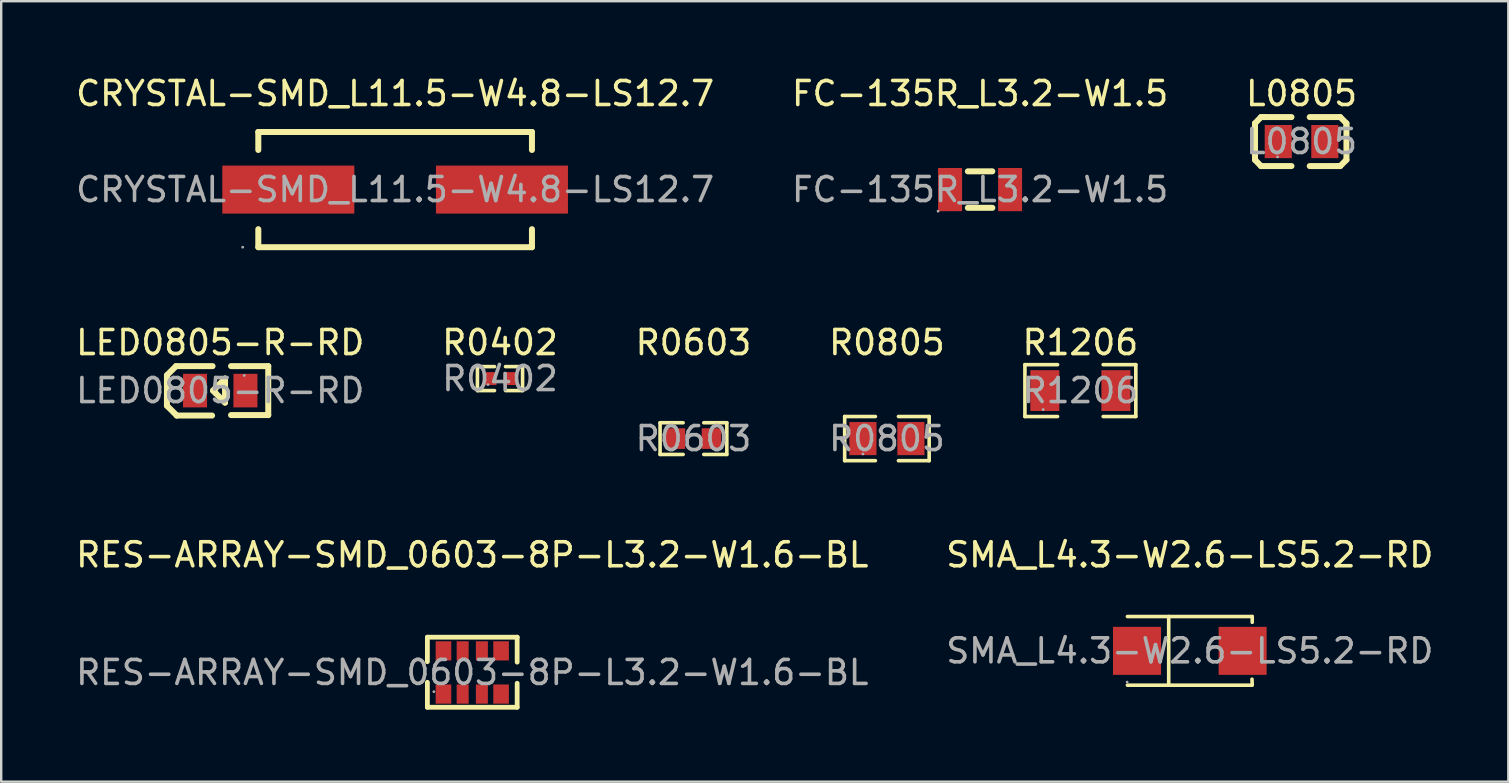
<source format=kicad_pcb>
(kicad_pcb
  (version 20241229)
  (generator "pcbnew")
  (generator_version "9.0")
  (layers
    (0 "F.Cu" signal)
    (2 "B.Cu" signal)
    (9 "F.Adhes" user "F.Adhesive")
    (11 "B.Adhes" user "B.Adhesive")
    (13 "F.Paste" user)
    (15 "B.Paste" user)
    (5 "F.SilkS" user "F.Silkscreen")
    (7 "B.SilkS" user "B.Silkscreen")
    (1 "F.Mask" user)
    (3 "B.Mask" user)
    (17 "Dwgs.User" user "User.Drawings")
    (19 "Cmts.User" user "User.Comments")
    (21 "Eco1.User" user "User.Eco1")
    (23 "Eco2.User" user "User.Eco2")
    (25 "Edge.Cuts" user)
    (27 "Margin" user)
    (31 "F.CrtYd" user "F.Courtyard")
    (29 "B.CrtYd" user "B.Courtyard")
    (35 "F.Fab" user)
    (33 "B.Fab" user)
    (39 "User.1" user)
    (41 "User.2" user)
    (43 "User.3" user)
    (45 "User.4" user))
  (footprint "L0805"
    (layer "F.Cu")
    (at 51.173 2.848)
    (property "Reference" "L0805" (at 0 -2 0) (layer "F.SilkS") (effects (font (size 1 1) (thickness 0.15))))
    (attr smd)
    (fp_line (start -1.94 -0.76) (end -1.94 0.64) (stroke (width 0.25) (type solid)) (layer "F.SilkS"))
    (fp_line (start -1.94 0.64) (end -1.94 0.76) (stroke (width 0.25) (type solid)) (layer "F.SilkS"))
    (fp_line (start -1.94 0.76) (end -1.69 1.02) (stroke (width 0.25) (type solid)) (layer "F.SilkS"))
    (fp_line (start -1.69 -1.02) (end -1.94 -0.76) (stroke (width 0.25) (type solid)) (layer "F.SilkS"))
    (fp_line (start -1.69 1.02) (end -0.42 1.02) (stroke (width 0.25) (type solid)) (layer "F.SilkS"))
    (fp_line (start -1.56 -1.02) (end -1.69 -1.02) (stroke (width 0.25) (type solid)) (layer "F.SilkS"))
    (fp_line (start -0.42 -1.02) (end -1.56 -1.02) (stroke (width 0.25) (type solid)) (layer "F.SilkS"))
    (fp_line (start 0.34 1.02) (end 1.48 1.02) (stroke (width 0.25) (type solid)) (layer "F.SilkS"))
    (fp_line (start 1.48 1.02) (end 1.61 1.02) (stroke (width 0.25) (type solid)) (layer "F.SilkS"))
    (fp_line (start 1.61 -1.02) (end 0.34 -1.02) (stroke (width 0.25) (type solid)) (layer "F.SilkS"))
    (fp_line (start 1.61 1.02) (end 1.87 0.76) (stroke (width 0.25) (type solid)) (layer "F.SilkS"))
    (fp_line (start 1.87 -0.76) (end 1.61 -1.02) (stroke (width 0.25) (type solid)) (layer "F.SilkS"))
    (fp_line (start 1.87 -0.63) (end 1.87 -0.76) (stroke (width 0.25) (type solid)) (layer "F.SilkS"))
    (fp_line (start 1.87 0.76) (end 1.87 -0.63) (stroke (width 0.25) (type solid)) (layer "F.SilkS"))
    (fp_circle (center -1 0.64) (end -0.97 0.64) (stroke (width 0.06) (type solid)) (fill no) (layer "F.Fab"))
    (fp_text user "${REFERENCE}" (at 0 0 0) (layer "F.Fab") (effects (font (size 1 1) (thickness 0.15))))
    (pad "1" smd rect (at -0.97 0) (size 1.13 1.38) (layers "F.Cu" "F.Mask" "F.Paste"))
    (pad "2" smd rect (at 0.97 0) (size 1.13 1.38) (layers "F.Cu" "F.Mask" "F.Paste")))
  (footprint "R0805"
    (layer "F.Cu")
    (at 33.899 15.222)
    (property "Reference" "R0805" (at 0 -4 0) (layer "F.SilkS") (effects (font (size 1 1) (thickness 0.15))))
    (attr smd)
    (fp_line (start -1.76 -0.92) (end -0.48 -0.92) (stroke (width 0.15) (type solid)) (layer "F.SilkS"))
    (fp_line (start -1.76 0.92) (end -1.76 -0.92) (stroke (width 0.15) (type solid)) (layer "F.SilkS"))
    (fp_line (start -0.48 0.92) (end -1.76 0.92) (stroke (width 0.15) (type solid)) (layer "F.SilkS"))
    (fp_line (start 0.48 0.92) (end 1.76 0.92) (stroke (width 0.15) (type solid)) (layer "F.SilkS"))
    (fp_line (start 1.76 -0.92) (end 0.48 -0.92) (stroke (width 0.15) (type solid)) (layer "F.SilkS"))
    (fp_line (start 1.76 0.92) (end 1.76 -0.92) (stroke (width 0.15) (type solid)) (layer "F.SilkS"))
    (fp_circle (center -1 0.64) (end -0.97 0.64) (stroke (width 0.06) (type solid)) (fill no) (layer "F.Fab"))
    (fp_text user "${REFERENCE}" (at 0 0 0) (layer "F.Fab") (effects (font (size 1 1) (thickness 0.15))))
    (pad "1" smd rect (at -1 0) (size 1.13 1.38) (layers "F.Cu" "F.Mask" "F.Paste"))
    (pad "2" smd rect (at 1 0) (size 1.13 1.38) (layers "F.Cu" "F.Mask" "F.Paste")))
  (footprint "SMA_L4.3-W2.6-LS5.2-RD"
    (layer "F.Cu")
    (at 46.518 24.065)
    (property "Reference" "SMA_L4.3-W2.6-LS5.2-RD" (at 0 -4 0) (layer "F.SilkS") (effects (font (size 1 1) (thickness 0.15))))
    (attr smd)
    (fp_line (start -2.6 -1.43) (end 2.6 -1.43) (stroke (width 0.15) (type solid)) (layer "F.SilkS"))
    (fp_line (start -2.6 1.43) (end 2.6 1.43) (stroke (width 0.15) (type solid)) (layer "F.SilkS"))
    (fp_line (start -0.88 -1.43) (end -0.88 1.43) (stroke (width 0.15) (type solid)) (layer "F.SilkS"))
    (fp_line (start 2.59 1.18) (end 2.6 1.41) (stroke (width 0.15) (type solid)) (layer "F.SilkS"))
    (fp_line (start 2.6 -1.43) (end 2.6 -1.19) (stroke (width 0.15) (type solid)) (layer "F.SilkS"))
    (fp_circle (center -2.61 1.3) (end -2.58 1.3) (stroke (width 0.06) (type solid)) (fill no) (layer "F.Fab"))
    (fp_text user "${REFERENCE}" (at 0 0 0) (layer "F.Fab") (effects (font (size 1 1) (thickness 0.15))))
    (pad "1" smd rect (at -2.2 0 180) (size 2 2) (layers "F.Cu" "F.Mask" "F.Paste"))
    (pad "2" smd rect (at 2.2 0 180) (size 2 2) (layers "F.Cu" "F.Mask" "F.Paste")))
  (footprint "R0402"
    (layer "F.Cu")
    (at 17.78 12.722)
    (property "Reference" "R0402" (at 0 -1.5 0) (layer "F.SilkS") (effects (font (size 1 1) (thickness 0.15))))
    (attr smd)
    (fp_line (start -0.94 -0.5) (end -0.23 -0.5) (stroke (width 0.15) (type solid)) (layer "F.SilkS"))
    (fp_line (start -0.94 0.5) (end -0.94 -0.5) (stroke (width 0.15) (type solid)) (layer "F.SilkS"))
    (fp_line (start -0.23 0.5) (end -0.94 0.5) (stroke (width 0.15) (type solid)) (layer "F.SilkS"))
    (fp_line (start 0.23 0.5) (end 0.94 0.5) (stroke (width 0.15) (type solid)) (layer "F.SilkS"))
    (fp_line (start 0.94 -0.5) (end 0.23 -0.5) (stroke (width 0.15) (type solid)) (layer "F.SilkS"))
    (fp_line (start 0.94 0.5) (end 0.94 -0.5) (stroke (width 0.15) (type solid)) (layer "F.SilkS"))
    (fp_circle (center -0.5 0.25) (end -0.47 0.25) (stroke (width 0.06) (type solid)) (fill no) (layer "F.Fab"))
    (fp_text user "${REFERENCE}" (at 0 0 0) (layer "F.Fab") (effects (font (size 1 1) (thickness 0.15))))
    (pad "1" smd rect (at -0.43 0) (size 0.57 0.54) (layers "F.Cu" "F.Mask" "F.Paste"))
    (pad "2" smd rect (at 0.43 0) (size 0.57 0.54) (layers "F.Cu" "F.Mask" "F.Paste")))
  (footprint "RES-ARRAY-SMD_0603-8P-L3.2-W1.6-BL"
    (layer "F.Cu")
    (at 16.625 24.965)
    (property "Reference" "RES-ARRAY-SMD_0603-8P-L3.2-W1.6-BL" (at 0 -4.9 0) (layer "F.SilkS") (effects (font (size 1 1) (thickness 0.15))))
    (attr smd)
    (fp_line (start -1.87 -1.47) (end 1.87 -1.47) (stroke (width 0.2) (type solid)) (layer "F.SilkS"))
    (fp_line (start -1.87 -0.45) (end -1.87 -1.47) (stroke (width 0.2) (type solid)) (layer "F.SilkS"))
    (fp_line (start -1.87 1.45) (end -1.87 0.41) (stroke (width 0.2) (type solid)) (layer "F.SilkS"))
    (fp_line (start 1.87 -1.47) (end 1.87 -0.43) (stroke (width 0.2) (type solid)) (layer "F.SilkS"))
    (fp_line (start 1.87 0.45) (end 1.87 1.45) (stroke (width 0.2) (type solid)) (layer "F.SilkS"))
    (fp_line (start 1.87 1.45) (end -1.87 1.45) (stroke (width 0.2) (type solid)) (layer "F.SilkS"))
    (fp_circle (center -1.6 0.8) (end -1.57 0.8) (stroke (width 0.06) (type solid)) (fill no) (layer "F.Fab"))
    (fp_text user "${REFERENCE}" (at 0 0 0) (layer "F.Fab") (effects (font (size 1 1) (thickness 0.15))))
    (pad "1" smd rect (at -1.2 0.9) (size 0.65 0.8) (layers "F.Cu" "F.Mask" "F.Paste"))
    (pad "2" smd rect (at -0.4 0.9) (size 0.5 0.8) (layers "F.Cu" "F.Mask" "F.Paste"))
    (pad "3" smd rect (at 0.4 0.9) (size 0.5 0.8) (layers "F.Cu" "F.Mask" "F.Paste"))
    (pad "4" smd rect (at 1.2 0.9) (size 0.65 0.8) (layers "F.Cu" "F.Mask" "F.Paste"))
    (pad "5" smd rect (at 1.2 -0.9) (size 0.65 0.8) (layers "F.Cu" "F.Mask" "F.Paste"))
    (pad "6" smd rect (at 0.4 -0.9) (size 0.5 0.8) (layers "F.Cu" "F.Mask" "F.Paste"))
    (pad "7" smd rect (at -0.4 -0.9) (size 0.5 0.8) (layers "F.Cu" "F.Mask" "F.Paste"))
    (pad "8" smd rect (at -1.2 -0.9) (size 0.65 0.8) (layers "F.Cu" "F.Mask" "F.Paste")))
  (footprint "R1206"
    (layer "F.Cu")
    (at 41.958 13.222)
    (property "Reference" "R1206" (at 0 -2 0) (layer "F.SilkS") (effects (font (size 1 1) (thickness 0.15))))
    (attr smd)
    (fp_line (start -2.31 -1.08) (end -0.95 -1.08) (stroke (width 0.15) (type solid)) (layer "F.SilkS"))
    (fp_line (start -2.31 1.08) (end -2.31 -1.08) (stroke (width 0.15) (type solid)) (layer "F.SilkS"))
    (fp_line (start -0.95 1.08) (end -2.31 1.08) (stroke (width 0.15) (type solid)) (layer "F.SilkS"))
    (fp_line (start 0.95 1.08) (end 2.31 1.08) (stroke (width 0.15) (type solid)) (layer "F.SilkS"))
    (fp_line (start 2.31 -1.08) (end 0.95 -1.08) (stroke (width 0.15) (type solid)) (layer "F.SilkS"))
    (fp_line (start 2.31 1.08) (end 2.31 -1.08) (stroke (width 0.15) (type solid)) (layer "F.SilkS"))
    (fp_circle (center -1.55 0.79) (end -1.52 0.79) (stroke (width 0.06) (type solid)) (fill no) (layer "F.Fab"))
    (fp_text user "${REFERENCE}" (at 0 0 0) (layer "F.Fab") (effects (font (size 1 1) (thickness 0.15))))
    (pad "1" smd rect (at -1.48 0) (size 1.21 1.7) (layers "F.Cu" "F.Mask" "F.Paste"))
    (pad "2" smd rect (at 1.48 0) (size 1.21 1.7) (layers "F.Cu" "F.Mask" "F.Paste")))
  (footprint "LED0805-R-RD"
    (layer "F.Cu")
    (at 6.125 13.222)
    (property "Reference" "LED0805-R-RD" (at 0 -2 0) (layer "F.SilkS") (effects (font (size 1 1) (thickness 0.15))))
    (attr smd)
    (fp_line (start -2.22 -0.64) (end -1.84 -1.02) (stroke (width 0.25) (type solid)) (layer "F.SilkS"))
    (fp_line (start -2.22 0.63) (end -2.22 -0.64) (stroke (width 0.25) (type solid)) (layer "F.SilkS"))
    (fp_line (start -1.84 -1.02) (end -0.32 -1.02) (stroke (width 0.25) (type solid)) (layer "F.SilkS"))
    (fp_line (start -1.81 1.04) (end -2.22 0.63) (stroke (width 0.25) (type solid)) (layer "F.SilkS"))
    (fp_line (start -0.34 1.04) (end -1.81 1.04) (stroke (width 0.25) (type solid)) (layer "F.SilkS"))
    (fp_line (start -0.3 0) (end -0.2 0.1) (stroke (width 0.25) (type solid)) (layer "F.SilkS"))
    (fp_line (start -0.2 -0.1) (end -0.3 0) (stroke (width 0.25) (type solid)) (layer "F.SilkS"))
    (fp_line (start -0.2 0.1) (end 0.2 0.5) (stroke (width 0.25) (type solid)) (layer "F.SilkS"))
    (fp_line (start 0.2 -0.5) (end -0.2 -0.1) (stroke (width 0.25) (type solid)) (layer "F.SilkS"))
    (fp_line (start 0.2 -0.5) (end 0.2 0.5) (stroke (width 0.25) (type solid)) (layer "F.SilkS"))
    (fp_line (start 0.45 1.02) (end 2 1.02) (stroke (width 0.25) (type solid)) (layer "F.SilkS"))
    (fp_line (start 2 -1.02) (end 0.45 -1.02) (stroke (width 0.25) (type solid)) (layer "F.SilkS"))
    (fp_line (start 2 1.02) (end 2 -1.02) (stroke (width 0.25) (type solid)) (layer "F.SilkS"))
    (fp_circle (center 1 -0.63) (end 1.03 -0.63) (stroke (width 0.06) (type solid)) (fill no) (layer "F.Fab"))
    (fp_text user "${REFERENCE}" (at 0 0 0) (layer "F.Fab") (effects (font (size 1 1) (thickness 0.15))))
    (pad "1" smd rect (at 1.05 0 180) (size 1 1.4) (layers "F.Cu" "F.Mask" "F.Paste"))
    (pad "2" smd rect (at -1.05 0 180) (size 1 1.4) (layers "F.Cu" "F.Mask" "F.Paste")))
  (footprint "FC-135R_L3.2-W1.5"
    (layer "F.Cu")
    (at 37.78 4.848)
    (property "Reference" "FC-135R_L3.2-W1.5" (at 0 -4 0) (layer "F.SilkS") (effects (font (size 1 1) (thickness 0.15))))
    (attr smd)
    (fp_line (start -0.51 -0.76) (end 0.51 -0.76) (stroke (width 0.25) (type solid)) (layer "F.SilkS"))
    (fp_line (start 0.51 0.76) (end -0.51 0.76) (stroke (width 0.25) (type solid)) (layer "F.SilkS"))
    (fp_circle (center -1.75 0.9) (end -1.72 0.9) (stroke (width 0.06) (type solid)) (fill no) (layer "F.Fab"))
    (fp_text user "${REFERENCE}" (at 0 0 0) (layer "F.Fab") (effects (font (size 1 1) (thickness 0.15))))
    (pad "1" smd rect (at -1.25 0 90) (size 1.8 1) (layers "F.Cu" "F.Mask" "F.Paste"))
    (pad "2" smd rect (at 1.25 0 90) (size 1.8 1) (layers "F.Cu" "F.Mask" "F.Paste")))
  (footprint "CRYSTAL-SMD_L11.5-W4.8-LS12.7"
    (layer "F.Cu")
    (at 13.411 4.848)
    (property "Reference" "CRYSTAL-SMD_L11.5-W4.8-LS12.7" (at 0 -4 0) (layer "F.SilkS") (effects (font (size 1 1) (thickness 0.15))))
    (attr smd)
    (fp_line (start -5.7 -2.4) (end -5.7 -1.65) (stroke (width 0.25) (type solid)) (layer "F.SilkS"))
    (fp_line (start -5.7 2.4) (end -5.7 1.65) (stroke (width 0.25) (type solid)) (layer "F.SilkS"))
    (fp_line (start 5.7 -2.4) (end -5.7 -2.4) (stroke (width 0.25) (type solid)) (layer "F.SilkS"))
    (fp_line (start 5.7 -1.65) (end 5.7 -2.4) (stroke (width 0.25) (type solid)) (layer "F.SilkS"))
    (fp_line (start 5.7 1.65) (end 5.7 2.4) (stroke (width 0.25) (type solid)) (layer "F.SilkS"))
    (fp_line (start 5.7 2.4) (end -5.7 2.4) (stroke (width 0.25) (type solid)) (layer "F.SilkS"))
    (fp_circle (center -6.35 2.4) (end -6.32 2.4) (stroke (width 0.06) (type solid)) (fill no) (layer "F.Fab"))
    (fp_text user "${REFERENCE}" (at 0 0 0) (layer "F.Fab") (effects (font (size 1 1) (thickness 0.15))))
    (pad "1" smd rect (at -4.45 0) (size 5.5 2) (layers "F.Cu" "F.Mask" "F.Paste"))
    (pad "2" smd rect (at 4.45 0) (size 5.5 2) (layers "F.Cu" "F.Mask" "F.Paste")))
  (footprint "R0603"
    (layer "F.Cu")
    (at 25.839 15.222)
    (property "Reference" "R0603" (at 0 -4 0) (layer "F.SilkS") (effects (font (size 1 1) (thickness 0.15))))
    (attr smd)
    (fp_line (start -1.39 -0.66) (end -0.43 -0.66) (stroke (width 0.15) (type solid)) (layer "F.SilkS"))
    (fp_line (start -1.39 0.66) (end -1.39 -0.66) (stroke (width 0.15) (type solid)) (layer "F.SilkS"))
    (fp_line (start -0.43 0.66) (end -1.39 0.66) (stroke (width 0.15) (type solid)) (layer "F.SilkS"))
    (fp_line (start 0.43 0.66) (end 1.39 0.66) (stroke (width 0.15) (type solid)) (layer "F.SilkS"))
    (fp_line (start 1.39 -0.66) (end 0.43 -0.66) (stroke (width 0.15) (type solid)) (layer "F.SilkS"))
    (fp_line (start 1.39 0.66) (end 1.39 -0.66) (stroke (width 0.15) (type solid)) (layer "F.SilkS"))
    (fp_circle (center -0.8 0.4) (end -0.77 0.4) (stroke (width 0.06) (type solid)) (fill no) (layer "F.Fab"))
    (fp_text user "${REFERENCE}" (at 0 0 0) (layer "F.Fab") (effects (font (size 1 1) (thickness 0.15))))
    (pad "1" smd rect (at -0.75 0) (size 0.81 0.86) (layers "F.Cu" "F.Mask" "F.Paste"))
    (pad "2" smd rect (at 0.75 0) (size 0.81 0.86) (layers "F.Cu" "F.Mask" "F.Paste")))
  (gr_rect
    (start -3 -3)
    (end 59.786 29.515)
    (stroke (width 0.1) (type default))
    (fill no)
    (layer "Edge.Cuts")))
</source>
